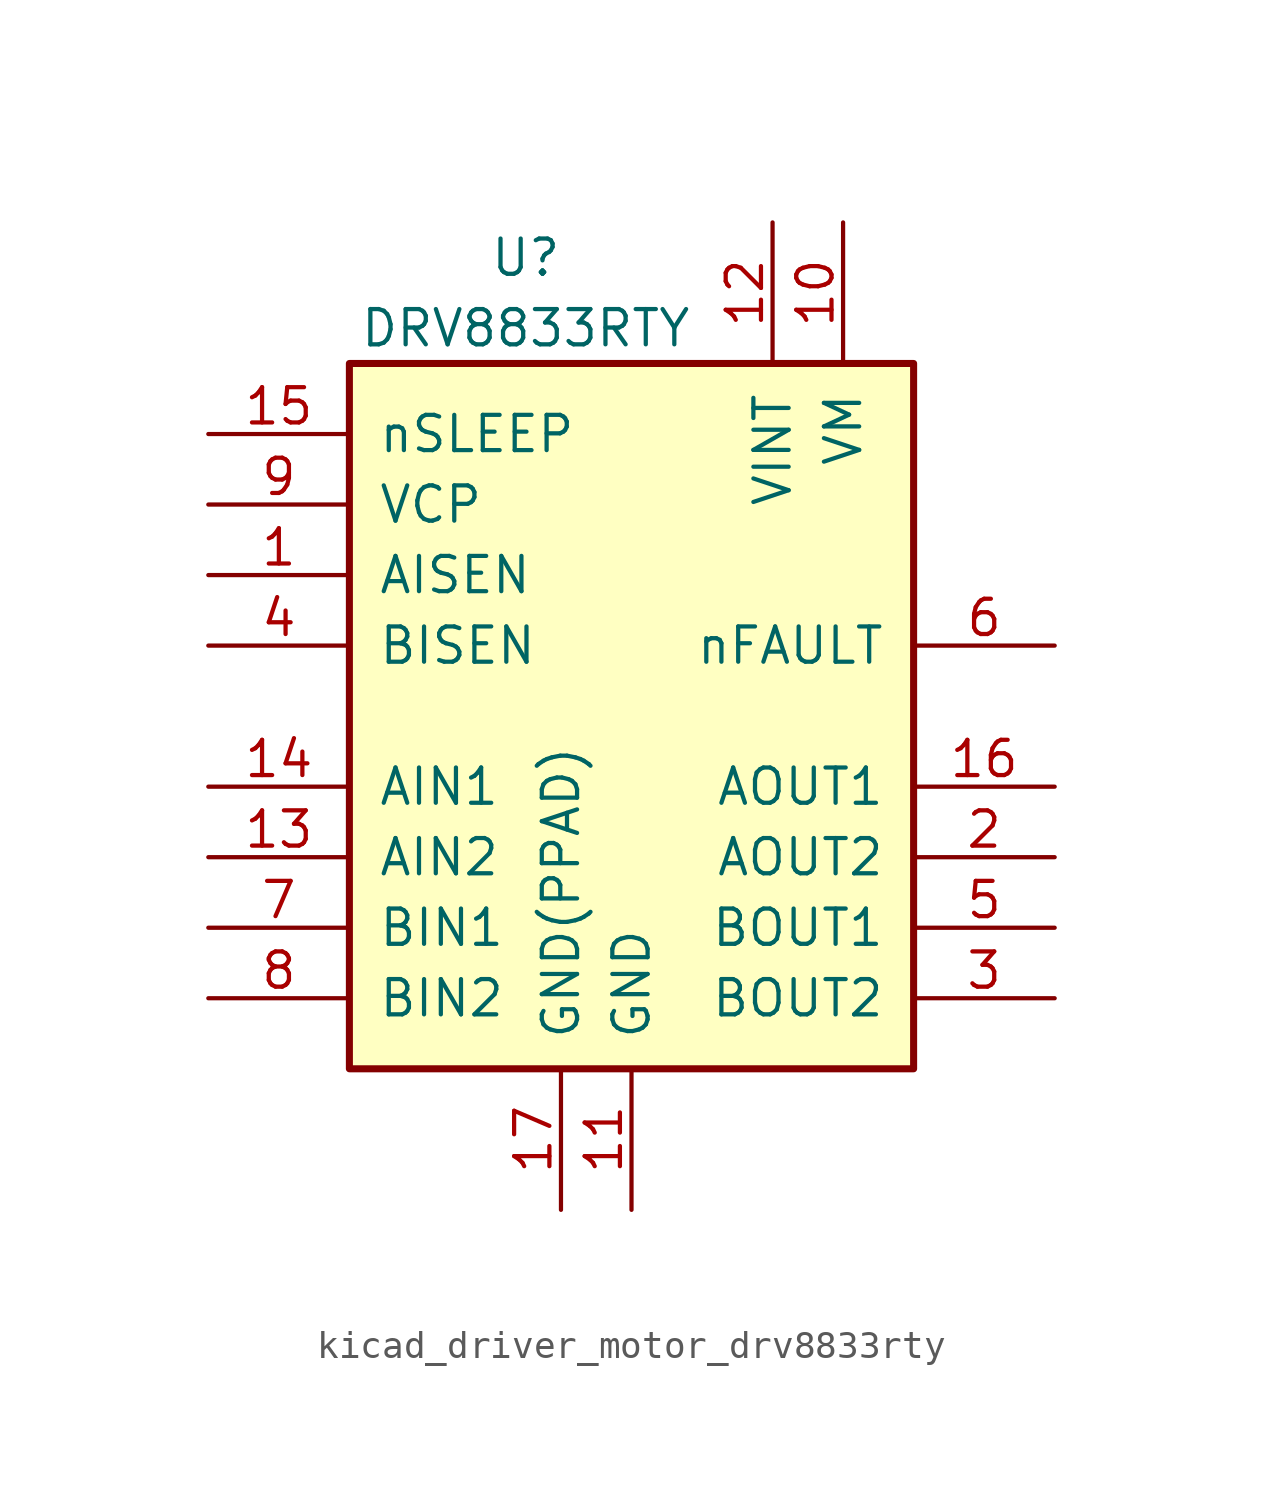
<source format=kicad_sym>
(kicad_symbol_lib
  (version 20220914)
  (generator kicad_symbol_editor)
  (symbol "kicad_driver_motor_drv8833rty"
    (pin_names
      (offset 1.016))
    (property "Reference" "U"
      (at -3.81 16.51 0)
      (effects (font (size 1.27 1.27))))
    (property "Value" "DRV8833RTY"
      (at -3.81 13.97 0)
      (effects (font (size 1.27 1.27))))
    (symbol "kicad_driver_motor_drv8833rty_0_1"
      (rectangle (start -10.16 12.7) (end 10.16 -12.7) (stroke (width 0.254) (type default)) (fill (type background))))
    (symbol "kicad_driver_motor_drv8833rty_1_1"
      (pin bidirectional line (at -15.24 5.08 0) (length 5.08) (name "AISEN" (effects (font (size 1.27 1.27)))) (number "1" (effects (font (size 1.27 1.27)))))
      (pin power_in line (at 7.62 17.78 270) (length 5.08) (name "VM" (effects (font (size 1.27 1.27)))) (number "10" (effects (font (size 1.27 1.27)))))
      (pin power_in line (at 0 -17.78 90) (length 5.08) (name "GND" (effects (font (size 1.27 1.27)))) (number "11" (effects (font (size 1.27 1.27)))))
      (pin power_in line (at 5.08 17.78 270) (length 5.08) (name "VINT" (effects (font (size 1.27 1.27)))) (number "12" (effects (font (size 1.27 1.27)))))
      (pin input line (at -15.24 -5.08 0) (length 5.08) (name "AIN2" (effects (font (size 1.27 1.27)))) (number "13" (effects (font (size 1.27 1.27)))))
      (pin input line (at -15.24 -2.54 0) (length 5.08) (name "AIN1" (effects (font (size 1.27 1.27)))) (number "14" (effects (font (size 1.27 1.27)))))
      (pin input line (at -15.24 10.16 0) (length 5.08) (name "nSLEEP" (effects (font (size 1.27 1.27)))) (number "15" (effects (font (size 1.27 1.27)))))
      (pin power_out line (at 15.24 -2.54 180) (length 5.08) (name "AOUT1" (effects (font (size 1.27 1.27)))) (number "16" (effects (font (size 1.27 1.27)))))
      (pin power_in line (at -2.54 -17.78 90) (length 5.08) (name "GND(PPAD)" (effects (font (size 1.27 1.27)))) (number "17" (effects (font (size 1.27 1.27)))))
      (pin power_out line (at 15.24 -5.08 180) (length 5.08) (name "AOUT2" (effects (font (size 1.27 1.27)))) (number "2" (effects (font (size 1.27 1.27)))))
      (pin power_out line (at 15.24 -10.16 180) (length 5.08) (name "BOUT2" (effects (font (size 1.27 1.27)))) (number "3" (effects (font (size 1.27 1.27)))))
      (pin bidirectional line (at -15.24 2.54 0) (length 5.08) (name "BISEN" (effects (font (size 1.27 1.27)))) (number "4" (effects (font (size 1.27 1.27)))))
      (pin power_out line (at 15.24 -7.62 180) (length 5.08) (name "BOUT1" (effects (font (size 1.27 1.27)))) (number "5" (effects (font (size 1.27 1.27)))))
      (pin open_collector line (at 15.24 2.54 180) (length 5.08) (name "nFAULT" (effects (font (size 1.27 1.27)))) (number "6" (effects (font (size 1.27 1.27)))))
      (pin input line (at -15.24 -7.62 0) (length 5.08) (name "BIN1" (effects (font (size 1.27 1.27)))) (number "7" (effects (font (size 1.27 1.27)))))
      (pin input line (at -15.24 -10.16 0) (length 5.08) (name "BIN2" (effects (font (size 1.27 1.27)))) (number "8" (effects (font (size 1.27 1.27)))))
      (pin bidirectional line (at -15.24 7.62 0) (length 5.08) (name "VCP" (effects (font (size 1.27 1.27)))) (number "9" (effects (font (size 1.27 1.27))))))))
</source>
